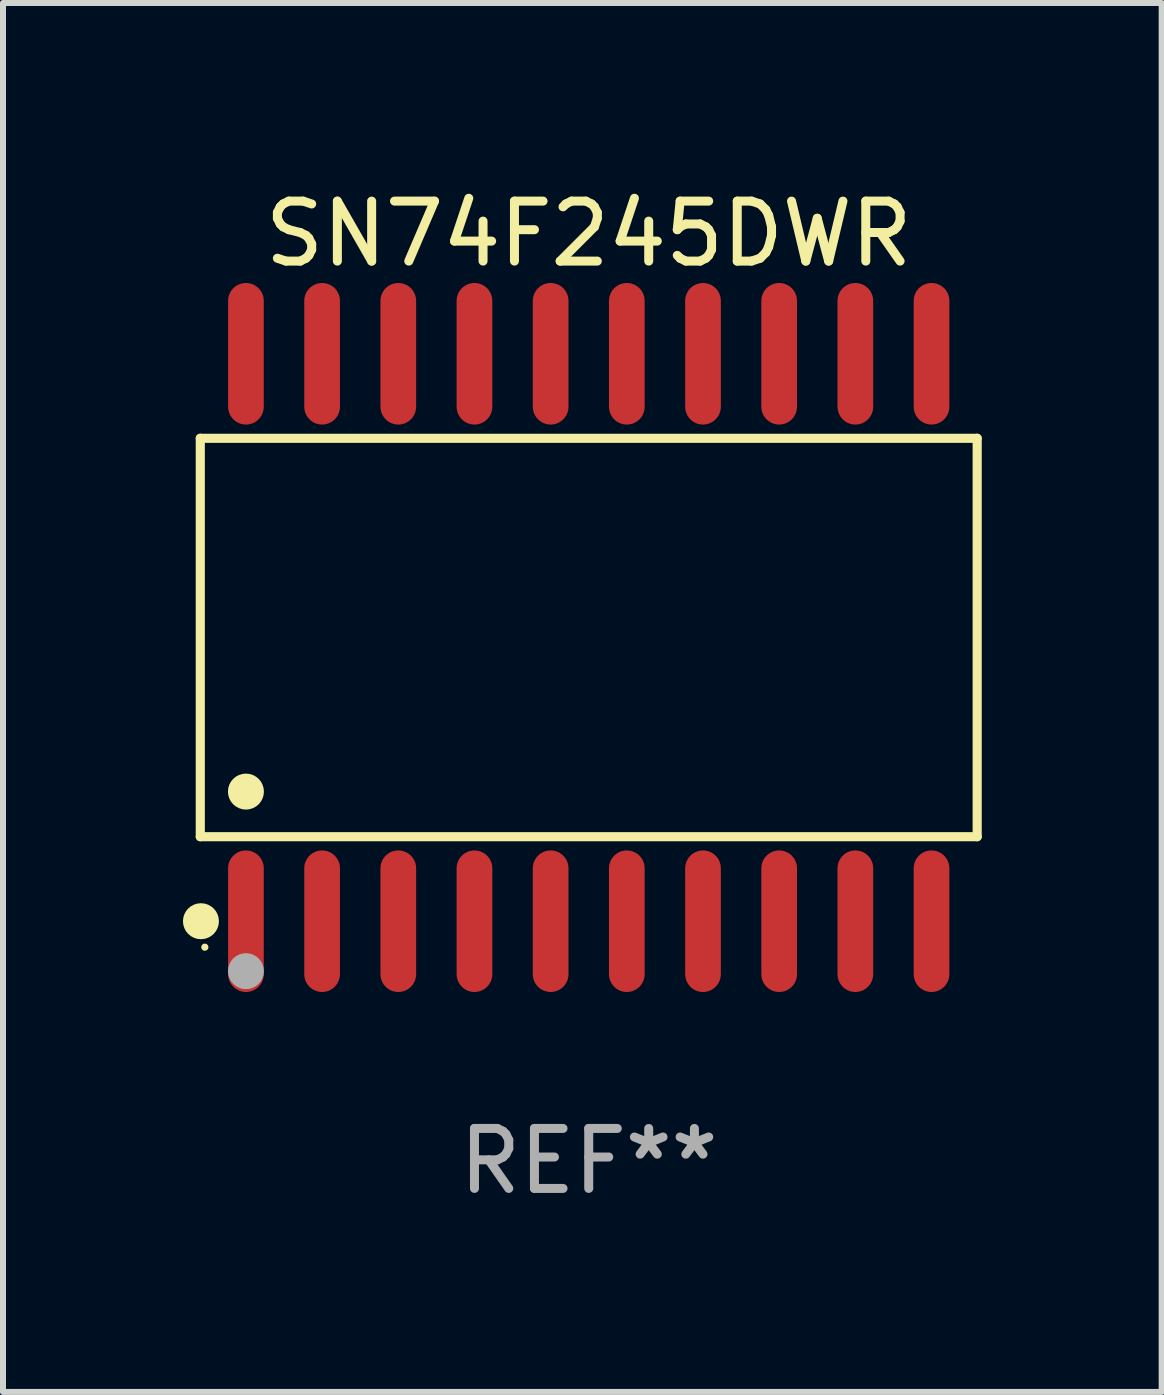
<source format=kicad_pcb>
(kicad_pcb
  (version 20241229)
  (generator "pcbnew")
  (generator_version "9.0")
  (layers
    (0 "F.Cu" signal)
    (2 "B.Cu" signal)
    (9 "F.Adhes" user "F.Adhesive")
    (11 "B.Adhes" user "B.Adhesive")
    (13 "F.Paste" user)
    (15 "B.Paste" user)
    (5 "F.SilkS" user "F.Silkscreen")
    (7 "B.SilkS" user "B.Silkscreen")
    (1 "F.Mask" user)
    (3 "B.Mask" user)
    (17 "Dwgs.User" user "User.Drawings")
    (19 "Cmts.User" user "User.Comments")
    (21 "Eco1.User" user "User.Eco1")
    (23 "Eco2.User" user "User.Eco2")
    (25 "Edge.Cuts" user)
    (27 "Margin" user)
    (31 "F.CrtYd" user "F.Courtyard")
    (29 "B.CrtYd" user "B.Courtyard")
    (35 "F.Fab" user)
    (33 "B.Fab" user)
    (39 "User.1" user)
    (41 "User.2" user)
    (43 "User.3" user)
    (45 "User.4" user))
  (footprint "SN74F245DWR"
    (layer "F.Cu")
    (at 6.765 7.578)
    (property "Reference" "SN74F245DWR" (at 0 -6.73 0) (layer "F.SilkS") (effects (font (size 1 1) (thickness 0.15))))
    (attr through_hole)
    (fp_line (start -6.476 -3.321) (end 6.476 -3.321) (stroke (width 0.152) (type solid)) (layer "F.SilkS"))
    (fp_line (start -6.476 3.321) (end -6.476 -3.321) (stroke (width 0.152) (type solid)) (layer "F.SilkS"))
    (fp_line (start 6.476 -3.321) (end 6.476 3.321) (stroke (width 0.152) (type solid)) (layer "F.SilkS"))
    (fp_line (start 6.476 3.321) (end -6.476 3.321) (stroke (width 0.152) (type solid)) (layer "F.SilkS"))
    (fp_circle (center -6.465 4.73) (end -6.315 4.73) (stroke (width 0.3) (type solid)) (fill no) (layer "F.SilkS"))
    (fp_circle (center -6.4 5.163) (end -6.37 5.163) (stroke (width 0.06) (type solid)) (fill no) (layer "F.SilkS"))
    (fp_circle (center -5.715 2.569) (end -5.565 2.569) (stroke (width 0.3) (type solid)) (fill no) (layer "F.SilkS"))
    (fp_circle (center -5.715 5.563) (end -5.565 5.563) (stroke (width 0.3) (type solid)) (fill no) (layer "F.Fab"))
    (fp_text user "REF**" (at 0 8.73 0) (layer "F.Fab") (effects (font (size 1 1) (thickness 0.15))))
    (pad "1" smd oval (at -5.715 4.73) (size 0.595 2.36) (layers "F.Cu" "F.Mask" "F.Paste"))
    (pad "2" smd oval (at -4.445 4.73) (size 0.595 2.36) (layers "F.Cu" "F.Mask" "F.Paste"))
    (pad "3" smd oval (at -3.175 4.73) (size 0.595 2.36) (layers "F.Cu" "F.Mask" "F.Paste"))
    (pad "4" smd oval (at -1.905 4.73) (size 0.595 2.36) (layers "F.Cu" "F.Mask" "F.Paste"))
    (pad "5" smd oval (at -0.635 4.73) (size 0.595 2.36) (layers "F.Cu" "F.Mask" "F.Paste"))
    (pad "6" smd oval (at 0.635 4.73) (size 0.595 2.36) (layers "F.Cu" "F.Mask" "F.Paste"))
    (pad "7" smd oval (at 1.905 4.73) (size 0.595 2.36) (layers "F.Cu" "F.Mask" "F.Paste"))
    (pad "8" smd oval (at 3.175 4.73) (size 0.595 2.36) (layers "F.Cu" "F.Mask" "F.Paste"))
    (pad "9" smd oval (at 4.445 4.73) (size 0.595 2.36) (layers "F.Cu" "F.Mask" "F.Paste"))
    (pad "10" smd oval (at 5.715 4.73) (size 0.595 2.36) (layers "F.Cu" "F.Mask" "F.Paste"))
    (pad "11" smd oval (at 5.715 -4.73) (size 0.595 2.36) (layers "F.Cu" "F.Mask" "F.Paste"))
    (pad "12" smd oval (at 4.445 -4.73) (size 0.595 2.36) (layers "F.Cu" "F.Mask" "F.Paste"))
    (pad "13" smd oval (at 3.175 -4.73) (size 0.595 2.36) (layers "F.Cu" "F.Mask" "F.Paste"))
    (pad "14" smd oval (at 1.905 -4.73) (size 0.595 2.36) (layers "F.Cu" "F.Mask" "F.Paste"))
    (pad "15" smd oval (at 0.635 -4.73) (size 0.595 2.36) (layers "F.Cu" "F.Mask" "F.Paste"))
    (pad "16" smd oval (at -0.635 -4.73) (size 0.595 2.36) (layers "F.Cu" "F.Mask" "F.Paste"))
    (pad "17" smd oval (at -1.905 -4.73) (size 0.595 2.36) (layers "F.Cu" "F.Mask" "F.Paste"))
    (pad "18" smd oval (at -3.175 -4.73) (size 0.595 2.36) (layers "F.Cu" "F.Mask" "F.Paste"))
    (pad "19" smd oval (at -4.445 -4.73) (size 0.595 2.36) (layers "F.Cu" "F.Mask" "F.Paste"))
    (pad "20" smd oval (at -5.715 -4.73) (size 0.595 2.36) (layers "F.Cu" "F.Mask" "F.Paste")))
  (gr_rect
    (start -3 -3)
    (end 16.317 20.156)
    (stroke (width 0.1) (type default))
    (fill no)
    (layer "Edge.Cuts")))
</source>
